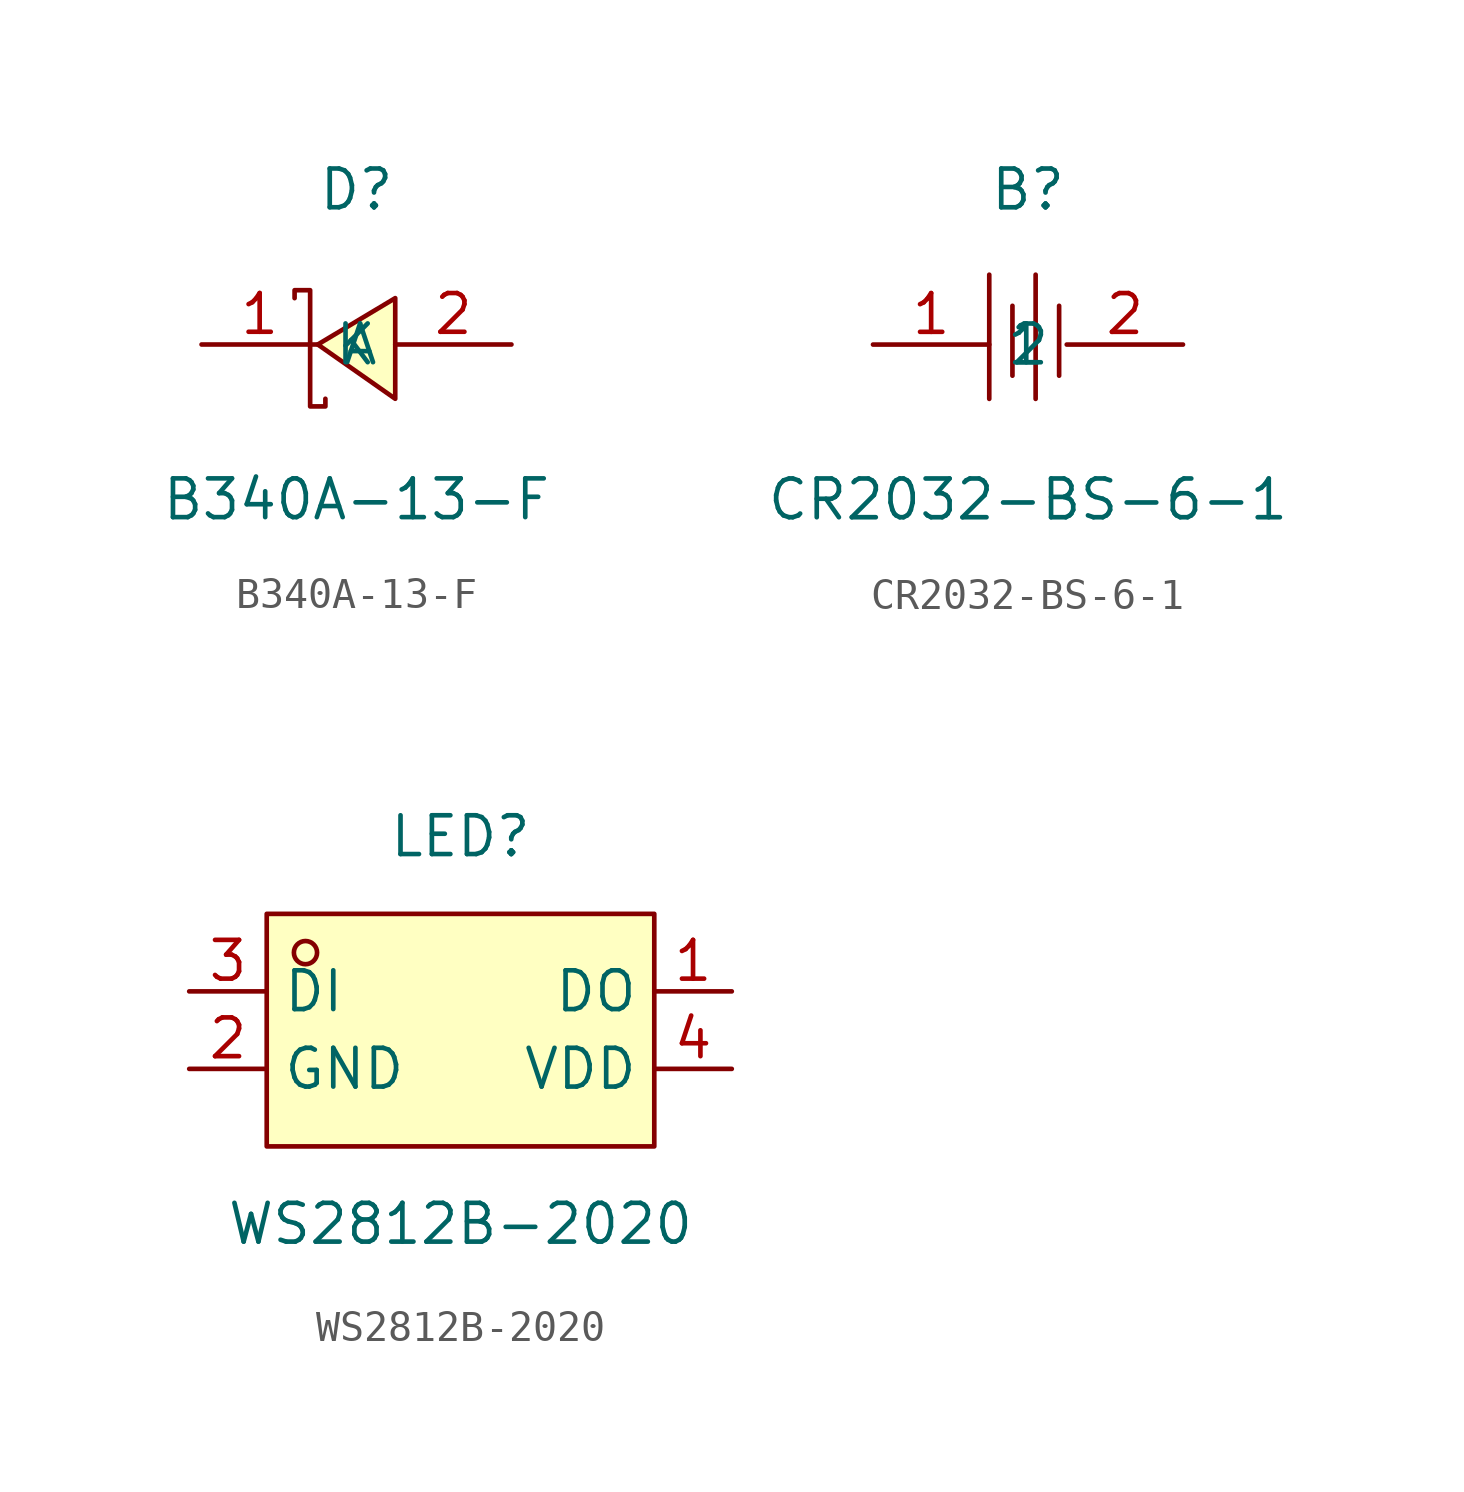
<source format=kicad_sym>
(kicad_symbol_lib
  (version 20241209)
  (generator "kicad_symbol_editor")
  (generator_version "9.0")
  (symbol "B340A-13-F"
    (property "Reference" "D"
      (at 0 5.08 0)
      (effects (font (size 1.27 1.27))))
    (property "Value" "B340A-13-F"
      (at 0 -5.08 0)
      (effects (font (size 1.27 1.27))))
    (symbol "B340A-13-F_0_1"
      (polyline (pts (xy -2.03 1.52) (xy -2.03 1.78) (xy -1.52 1.78) (xy -1.52 -2.03) (xy -1.02 -2.03) (xy -1.02 -1.78)) (stroke (width 0) (type default)) (fill (type none)))
      (polyline (pts (xy 1.27 1.52) (xy -1.27 0) (xy 1.27 -1.78) (xy 1.27 1.52)) (stroke (width 0) (type default)) (fill (type background)))
      (pin unspecified line (at -5.08 0 0) (length 3.81) (name "K" (effects (font (size 1.27 1.27)))) (number "1" (effects (font (size 1.27 1.27)))))
      (pin unspecified line (at 5.08 0 180) (length 3.81) (name "A" (effects (font (size 1.27 1.27)))) (number "2" (effects (font (size 1.27 1.27)))))))
  (symbol "CR2032-BS-6-1"
    (property "Reference" "B"
      (at 0 5.08 0)
      (effects (font (size 1.27 1.27))))
    (property "Value" "CR2032-BS-6-1"
      (at 0 -5.08 0)
      (effects (font (size 1.27 1.27))))
    (symbol "CR2032-BS-6-1_0_1"
      (polyline (pts (xy -1.27 2.29) (xy -1.27 -1.78)) (stroke (width 0) (type default)) (fill (type none)))
      (polyline (pts (xy -0.51 1.27) (xy -0.51 -1.02)) (stroke (width 0) (type default)) (fill (type none)))
      (polyline (pts (xy 0.25 2.29) (xy 0.25 -1.78)) (stroke (width 0) (type default)) (fill (type none)))
      (polyline (pts (xy 1.02 1.27) (xy 1.02 -1.02)) (stroke (width 0) (type default)) (fill (type none)))
      (pin input line (at -5.08 0 0) (length 3.81) (name "1" (effects (font (size 1.27 1.27)))) (number "1" (effects (font (size 1.27 1.27)))))
      (pin input line (at 5.08 0 180) (length 3.81) (name "2" (effects (font (size 1.27 1.27)))) (number "2" (effects (font (size 1.27 1.27)))))))
  (symbol "WS2812B-2020"
    (property "Reference" "LED"
      (at 0 6.35 0)
      (effects (font (size 1.27 1.27))))
    (property "Value" "WS2812B-2020"
      (at 0 -6.35 0)
      (effects (font (size 1.27 1.27))))
    (symbol "WS2812B-2020_0_1"
      (rectangle (start -6.35 3.81) (end 6.35 -3.81) (stroke (width 0) (type default)) (fill (type background)))
      (circle (center -5.08 2.54) (radius 0.38) (stroke (width 0) (type default)) (fill (type none))))
    (symbol "WS2812B-2020_1_1"
      (pin input line (at -8.89 1.27 0) (length 2.54) (name "DI" (effects (font (size 1.27 1.27)))) (number "3" (effects (font (size 1.27 1.27)))))
      (pin power_in line (at -8.89 -1.27 0) (length 2.54) (name "GND" (effects (font (size 1.27 1.27)))) (number "2" (effects (font (size 1.27 1.27)))))
      (pin output line (at 8.89 1.27 180) (length 2.54) (name "DO" (effects (font (size 1.27 1.27)))) (number "1" (effects (font (size 1.27 1.27)))))
      (pin power_in line (at 8.89 -1.27 180) (length 2.54) (name "VDD" (effects (font (size 1.27 1.27)))) (number "4" (effects (font (size 1.27 1.27))))))))
</source>
